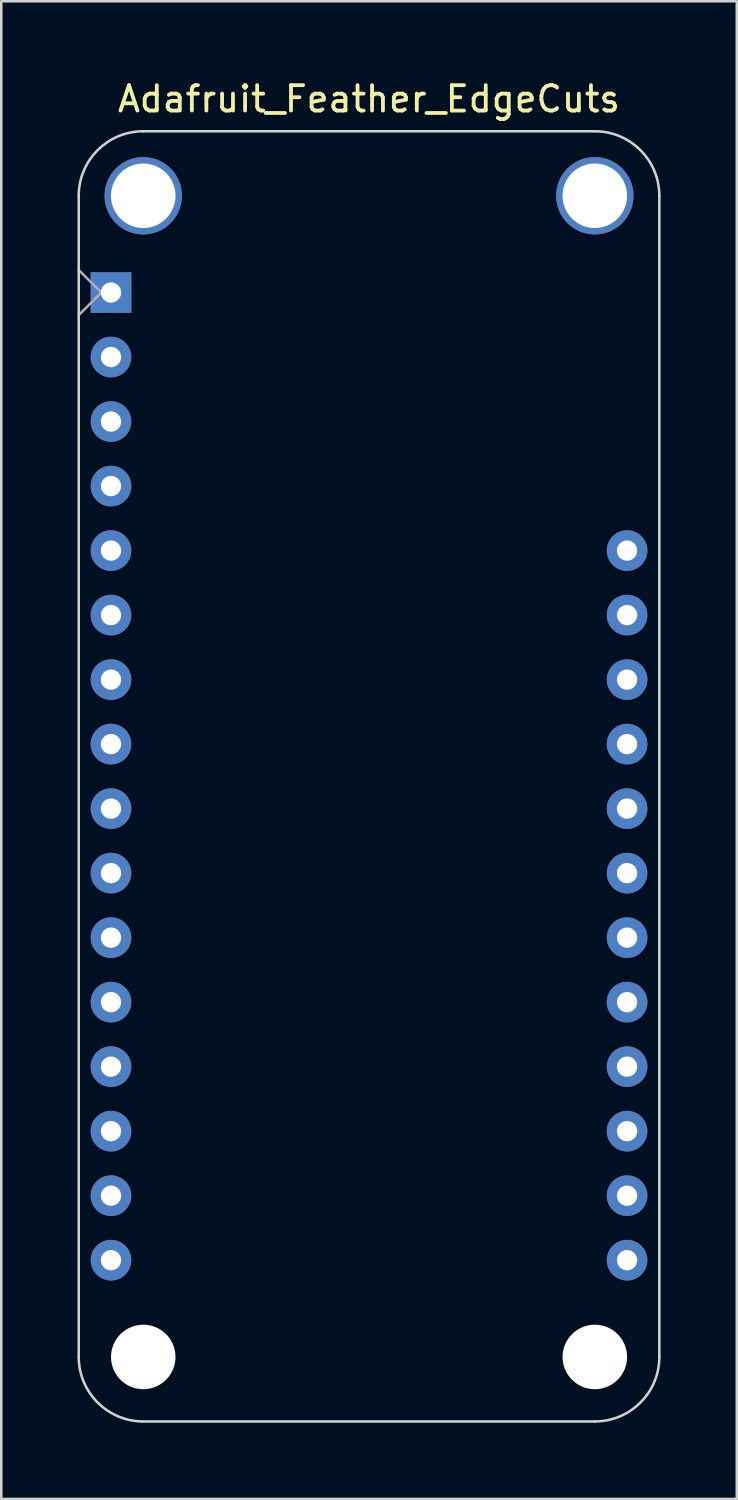
<source format=kicad_pcb>
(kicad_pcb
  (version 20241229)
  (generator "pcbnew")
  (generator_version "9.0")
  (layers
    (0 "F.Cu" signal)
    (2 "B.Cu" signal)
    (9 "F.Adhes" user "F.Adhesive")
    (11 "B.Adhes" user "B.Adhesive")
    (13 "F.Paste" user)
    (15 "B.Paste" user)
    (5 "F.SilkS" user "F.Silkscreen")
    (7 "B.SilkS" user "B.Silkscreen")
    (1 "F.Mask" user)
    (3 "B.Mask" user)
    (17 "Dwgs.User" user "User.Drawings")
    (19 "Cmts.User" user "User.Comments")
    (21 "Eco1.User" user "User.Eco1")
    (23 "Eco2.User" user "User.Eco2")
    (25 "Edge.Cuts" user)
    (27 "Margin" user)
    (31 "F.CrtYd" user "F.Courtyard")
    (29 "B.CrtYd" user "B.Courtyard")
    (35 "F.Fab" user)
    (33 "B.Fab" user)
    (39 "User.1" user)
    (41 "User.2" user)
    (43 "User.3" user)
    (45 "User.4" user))
  (footprint "Adafruit_Feather_EdgeCuts"
    (layer "F.Cu")
    (at 11.48 27.518)
    (property "Reference" "Adafruit_Feather_EdgeCuts" (at 0 -26.67 0) (layer "F.SilkS") (effects (font (size 1 1) (thickness 0.15))))
    (attr through_hole)
    (fp_line (start -11.43 -22.86) (end -11.43 22.86) (stroke (width 0.1) (type solid)) (layer "Edge.Cuts"))
    (fp_line (start -8.939 25.4) (end 8.89 25.4) (stroke (width 0.1) (type solid)) (layer "Edge.Cuts"))
    (fp_line (start 8.89 -25.4) (end -8.89 -25.4) (stroke (width 0.1) (type solid)) (layer "Edge.Cuts"))
    (fp_line (start 11.43 22.86) (end 11.43 -22.86) (stroke (width 0.1) (type solid)) (layer "Edge.Cuts"))
    (fp_arc (start -11.43 -22.86) (mid -10.686051 -24.656051) (end -8.89 -25.4) (stroke (width 0.1) (type solid)) (layer "Edge.Cuts"))
    (fp_arc (start -8.938762 25.399532) (mid -10.703209 24.638728) (end -11.43 22.86) (stroke (width 0.1) (type solid)) (layer "Edge.Cuts"))
    (fp_arc (start 8.89 -25.4) (mid 10.686051 -24.656051) (end 11.43 -22.86) (stroke (width 0.1) (type solid)) (layer "Edge.Cuts"))
    (fp_arc (start 11.43 22.86) (mid 10.686051 24.656051) (end 8.89 25.4) (stroke (width 0.1) (type solid)) (layer "Edge.Cuts"))
    (fp_line (start -11.43 -19.939) (end -10.541 -19.05) (stroke (width 0.1) (type solid)) (layer "F.Fab"))
    (fp_line (start -10.541 -19.05) (end -11.43 -18.161) (stroke (width 0.1) (type solid)) (layer "F.Fab"))
    (pad "" np_thru_hole circle (at -8.89 -22.86) (size 3.048 3.048) (drill 2.54) (layers "*.Cu" "*.Mask"))
    (pad "" np_thru_hole circle (at -8.89 22.86) (size 2.54 2.54) (drill 2.54) (layers "*.Cu" "*.Mask"))
    (pad "" np_thru_hole circle (at 8.89 -22.86) (size 3.048 3.048) (drill 2.54) (layers "*.Cu" "*.Mask"))
    (pad "" np_thru_hole circle (at 8.89 22.86) (size 2.54 2.54) (drill 2.54) (layers "*.Cu" "*.Mask"))
    (pad "1" thru_hole rect (at -10.16 -19.05 180) (size 1.6 1.6) (drill 0.8) (layers "*.Cu" "*.Mask"))
    (pad "2" thru_hole circle (at -10.16 -16.51 180) (size 1.6 1.6) (drill 0.8) (layers "*.Cu" "*.Mask"))
    (pad "3" thru_hole circle (at -10.16 -13.97 180) (size 1.6 1.6) (drill 0.8) (layers "*.Cu" "*.Mask"))
    (pad "4" thru_hole circle (at -10.16 -11.43 180) (size 1.6 1.6) (drill 0.8) (layers "*.Cu" "*.Mask"))
    (pad "5" thru_hole circle (at -10.16 -8.89 180) (size 1.6 1.6) (drill 0.8) (layers "*.Cu" "*.Mask"))
    (pad "6" thru_hole circle (at -10.16 -6.35 180) (size 1.6 1.6) (drill 0.8) (layers "*.Cu" "*.Mask"))
    (pad "7" thru_hole circle (at -10.16 -3.81 180) (size 1.6 1.6) (drill 0.8) (layers "*.Cu" "*.Mask"))
    (pad "8" thru_hole circle (at -10.16 -1.27 180) (size 1.6 1.6) (drill 0.8) (layers "*.Cu" "*.Mask"))
    (pad "9" thru_hole circle (at -10.16 1.27 180) (size 1.6 1.6) (drill 0.8) (layers "*.Cu" "*.Mask"))
    (pad "10" thru_hole circle (at -10.16 3.81 180) (size 1.6 1.6) (drill 0.8) (layers "*.Cu" "*.Mask"))
    (pad "11" thru_hole circle (at -10.16 6.35 180) (size 1.6 1.6) (drill 0.8) (layers "*.Cu" "*.Mask"))
    (pad "12" thru_hole circle (at -10.16 8.89 180) (size 1.6 1.6) (drill 0.8) (layers "*.Cu" "*.Mask"))
    (pad "13" thru_hole circle (at -10.16 11.43 180) (size 1.6 1.6) (drill 0.8) (layers "*.Cu" "*.Mask"))
    (pad "14" thru_hole circle (at -10.16 13.97 180) (size 1.6 1.6) (drill 0.8) (layers "*.Cu" "*.Mask"))
    (pad "15" thru_hole circle (at -10.16 16.51 180) (size 1.6 1.6) (drill 0.8) (layers "*.Cu" "*.Mask"))
    (pad "16" thru_hole circle (at -10.16 19.05 180) (size 1.6 1.6) (drill 0.8) (layers "*.Cu" "*.Mask"))
    (pad "17" thru_hole circle (at 10.16 19.05 180) (size 1.6 1.6) (drill 0.8) (layers "*.Cu" "*.Mask"))
    (pad "18" thru_hole circle (at 10.16 16.51 180) (size 1.6 1.6) (drill 0.8) (layers "*.Cu" "*.Mask"))
    (pad "19" thru_hole circle (at 10.16 13.97 180) (size 1.6 1.6) (drill 0.8) (layers "*.Cu" "*.Mask"))
    (pad "20" thru_hole circle (at 10.16 11.43 180) (size 1.6 1.6) (drill 0.8) (layers "*.Cu" "*.Mask"))
    (pad "21" thru_hole circle (at 10.16 8.89 180) (size 1.6 1.6) (drill 0.8) (layers "*.Cu" "*.Mask"))
    (pad "22" thru_hole circle (at 10.16 6.35 180) (size 1.6 1.6) (drill 0.8) (layers "*.Cu" "*.Mask"))
    (pad "23" thru_hole circle (at 10.16 3.81 180) (size 1.6 1.6) (drill 0.8) (layers "*.Cu" "*.Mask"))
    (pad "24" thru_hole circle (at 10.16 1.27 180) (size 1.6 1.6) (drill 0.8) (layers "*.Cu" "*.Mask"))
    (pad "25" thru_hole circle (at 10.16 -1.27 180) (size 1.6 1.6) (drill 0.8) (layers "*.Cu" "*.Mask"))
    (pad "26" thru_hole circle (at 10.16 -3.81 180) (size 1.6 1.6) (drill 0.8) (layers "*.Cu" "*.Mask"))
    (pad "27" thru_hole circle (at 10.16 -6.35 180) (size 1.6 1.6) (drill 0.8) (layers "*.Cu" "*.Mask"))
    (pad "28" thru_hole circle (at 10.16 -8.89 180) (size 1.6 1.6) (drill 0.8) (layers "*.Cu" "*.Mask")))
  (gr_rect
    (start -3 -3)
    (end 25.96 55.968)
    (stroke (width 0.1) (type default))
    (fill no)
    (layer "Edge.Cuts")))
</source>
